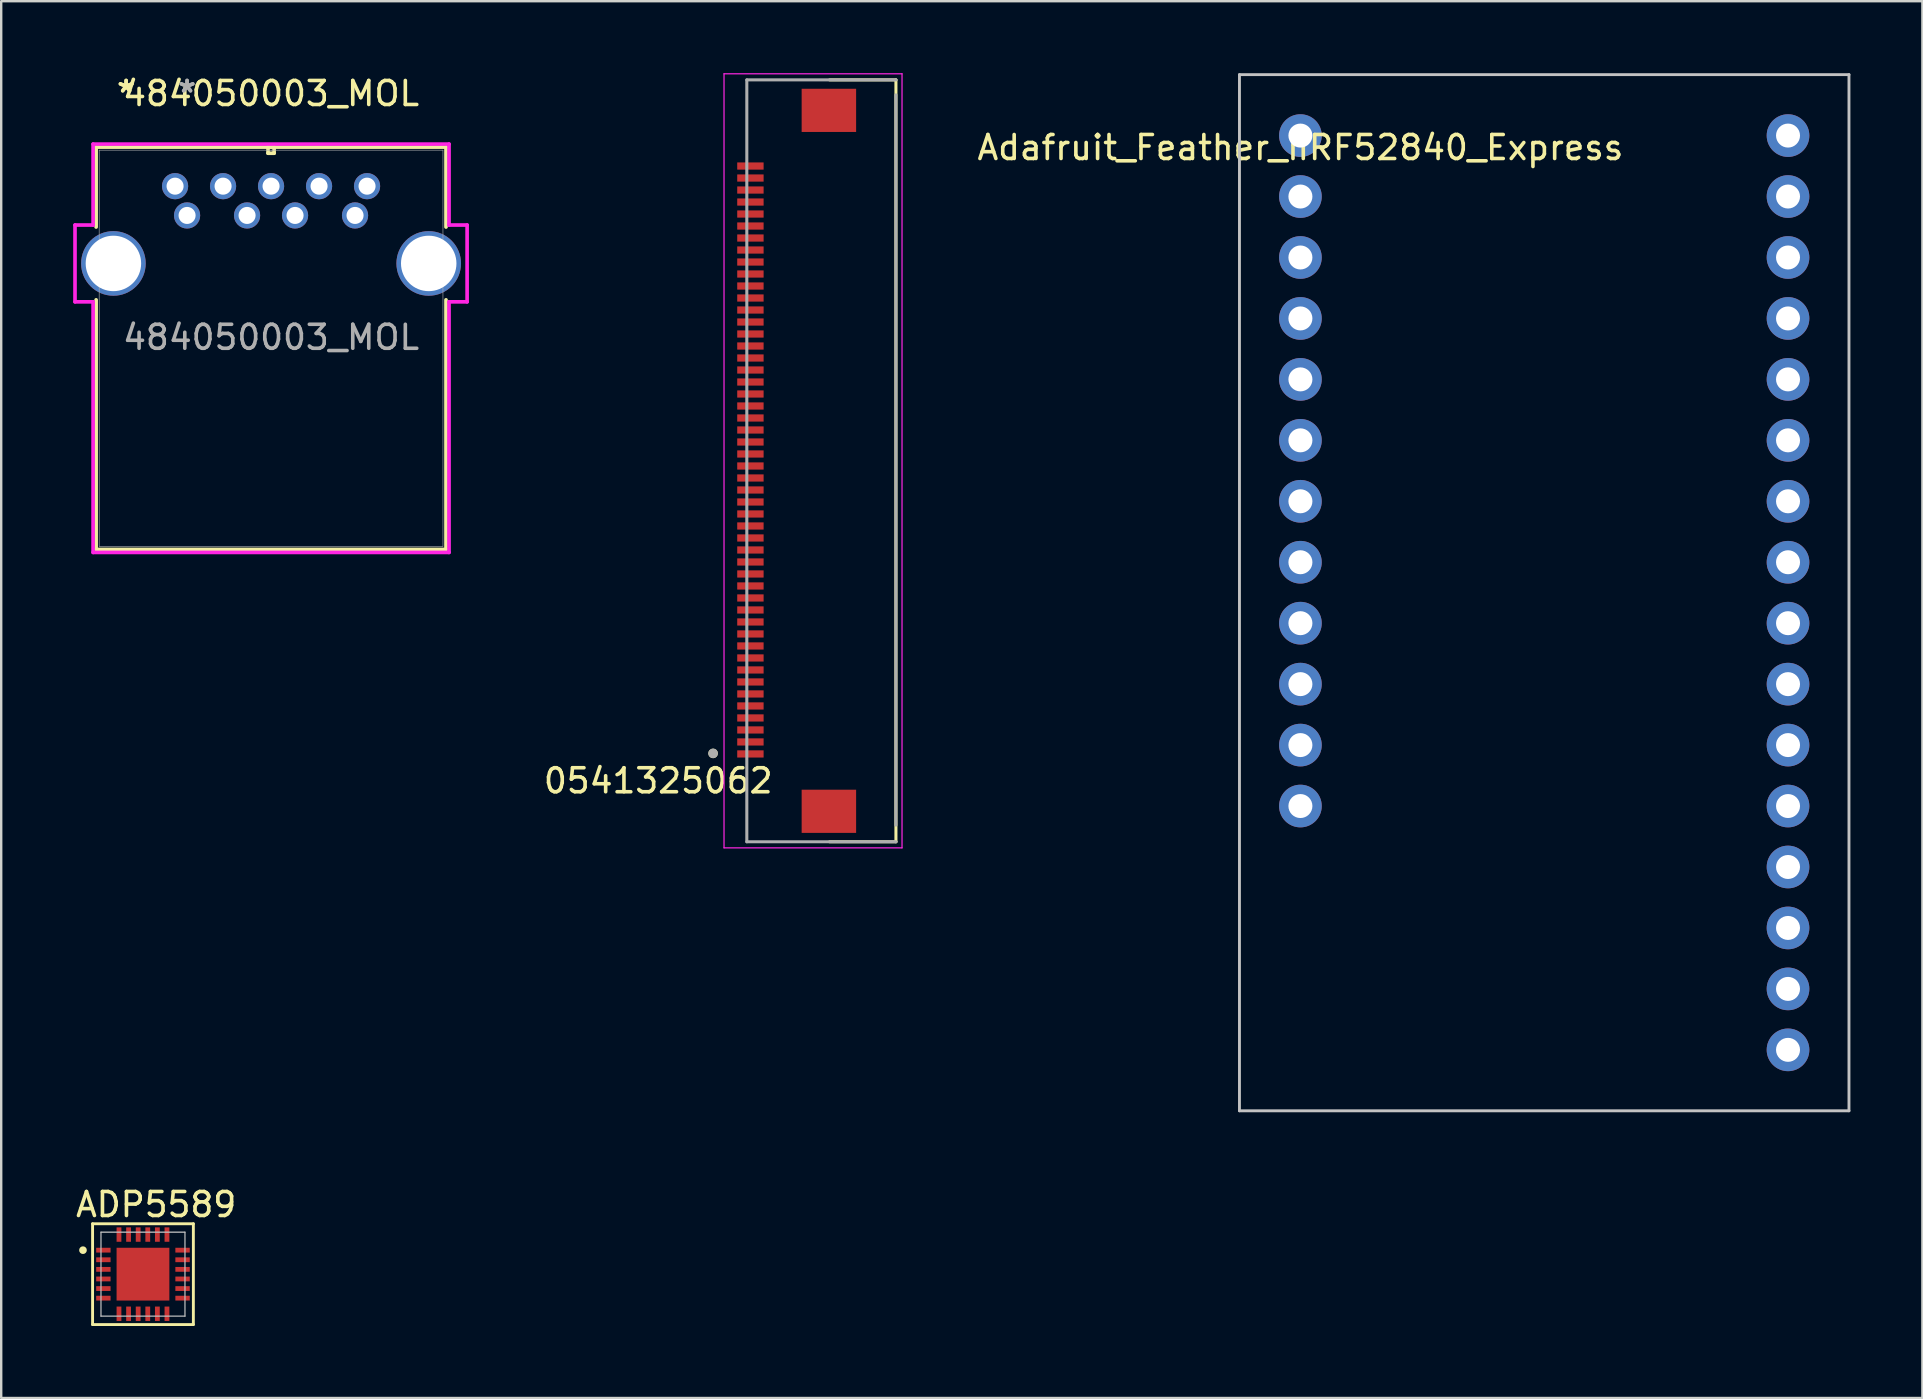
<source format=kicad_pcb>
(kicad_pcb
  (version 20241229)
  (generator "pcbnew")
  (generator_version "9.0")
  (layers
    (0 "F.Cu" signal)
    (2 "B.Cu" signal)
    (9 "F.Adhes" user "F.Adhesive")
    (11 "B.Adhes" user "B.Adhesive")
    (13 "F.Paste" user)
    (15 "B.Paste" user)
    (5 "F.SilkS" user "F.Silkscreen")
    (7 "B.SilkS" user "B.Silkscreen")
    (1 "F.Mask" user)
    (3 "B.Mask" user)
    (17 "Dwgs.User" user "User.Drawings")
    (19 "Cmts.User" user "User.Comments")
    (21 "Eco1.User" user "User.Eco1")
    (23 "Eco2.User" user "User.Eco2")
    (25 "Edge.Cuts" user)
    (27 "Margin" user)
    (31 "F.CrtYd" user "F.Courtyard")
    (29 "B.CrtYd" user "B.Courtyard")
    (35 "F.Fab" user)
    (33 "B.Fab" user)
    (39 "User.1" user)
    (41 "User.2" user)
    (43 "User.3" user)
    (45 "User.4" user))
  (footprint "ADP5589"
    (layer "F.Cu")
    (at 2.908 50.098)
    (property "Reference" "ADP5589" (at 0.55 -2.95 0) (layer "F.SilkS") (effects (font (size 1 1) (thickness 0.15))))
    (attr smd)
    (fp_line (start -2.1 -2.15) (end -2.1 2.05) (stroke (width 0.12) (type solid)) (layer "F.SilkS"))
    (fp_line (start -2.1 2.05) (end 2.1 2.05) (stroke (width 0.12) (type solid)) (layer "F.SilkS"))
    (fp_line (start 2.1 -2.15) (end -2.1 -2.15) (stroke (width 0.12) (type solid)) (layer "F.SilkS"))
    (fp_line (start 2.1 2.05) (end 2.1 -2.15) (stroke (width 0.12) (type solid)) (layer "F.SilkS"))
    (fp_circle (center -2.5 -1.05) (end -2.42 -1.05) (stroke (width 0.16) (type solid)) (fill no) (layer "F.SilkS"))
    (fp_line (start -1.75 -1.8) (end -1.75 1.7) (stroke (width 0.05) (type solid)) (layer "Dwgs.User"))
    (fp_line (start 1.75 -1.8) (end -1.75 -1.8) (stroke (width 0.05) (type solid)) (layer "Dwgs.User"))
    (fp_line (start 1.75 1.7) (end -1.75 1.7) (stroke (width 0.05) (type solid)) (layer "Dwgs.User"))
    (fp_line (start 1.75 1.7) (end 1.75 -1.8) (stroke (width 0.05) (type solid)) (layer "Dwgs.User"))
    (pad "1" smd rect (at -1.65 -1.05 90) (size 0.2 0.6) (layers "F.Cu" "F.Mask" "F.Paste"))
    (pad "2" smd rect (at -1.65 -0.65 90) (size 0.2 0.6) (layers "F.Cu" "F.Mask" "F.Paste"))
    (pad "3" smd rect (at -1.65 -0.25 90) (size 0.2 0.6) (layers "F.Cu" "F.Mask" "F.Paste"))
    (pad "4" smd rect (at -1.65 0.15 90) (size 0.2 0.6) (layers "F.Cu" "F.Mask" "F.Paste"))
    (pad "5" smd rect (at -1.65 0.55 90) (size 0.2 0.6) (layers "F.Cu" "F.Mask" "F.Paste"))
    (pad "6" smd rect (at -1.65 0.95 90) (size 0.2 0.6) (layers "F.Cu" "F.Mask" "F.Paste"))
    (pad "7" smd rect (at -1 1.6) (size 0.2 0.6) (layers "F.Cu" "F.Mask" "F.Paste"))
    (pad "8" smd rect (at -0.6 1.6) (size 0.2 0.6) (layers "F.Cu" "F.Mask" "F.Paste"))
    (pad "9" smd rect (at -0.2 1.6) (size 0.2 0.6) (layers "F.Cu" "F.Mask" "F.Paste"))
    (pad "10" smd rect (at 0.2 1.6) (size 0.2 0.6) (layers "F.Cu" "F.Mask" "F.Paste"))
    (pad "11" smd rect (at 0.6 1.6) (size 0.2 0.6) (layers "F.Cu" "F.Mask" "F.Paste"))
    (pad "12" smd rect (at 1 1.6) (size 0.2 0.6) (layers "F.Cu" "F.Mask" "F.Paste"))
    (pad "13" smd rect (at 1.65 0.95 90) (size 0.2 0.6) (layers "F.Cu" "F.Mask" "F.Paste"))
    (pad "14" smd rect (at 1.65 0.55 90) (size 0.2 0.6) (layers "F.Cu" "F.Mask" "F.Paste"))
    (pad "15" smd rect (at 1.65 0.15 90) (size 0.2 0.6) (layers "F.Cu" "F.Mask" "F.Paste"))
    (pad "16" smd rect (at 1.65 -0.25 90) (size 0.2 0.6) (layers "F.Cu" "F.Mask" "F.Paste"))
    (pad "17" smd rect (at 1.65 -0.65 90) (size 0.2 0.6) (layers "F.Cu" "F.Mask" "F.Paste"))
    (pad "18" smd rect (at 1.65 -1.05 90) (size 0.2 0.6) (layers "F.Cu" "F.Mask" "F.Paste"))
    (pad "19" smd rect (at 1 -1.7) (size 0.2 0.6) (layers "F.Cu" "F.Mask" "F.Paste"))
    (pad "20" smd rect (at 0.6 -1.7) (size 0.2 0.6) (layers "F.Cu" "F.Mask" "F.Paste"))
    (pad "21" smd rect (at 0.2 -1.7) (size 0.2 0.6) (layers "F.Cu" "F.Mask" "F.Paste"))
    (pad "22" smd rect (at -0.2 -1.7) (size 0.2 0.6) (layers "F.Cu" "F.Mask" "F.Paste"))
    (pad "23" smd rect (at -0.6 -1.7) (size 0.2 0.6) (layers "F.Cu" "F.Mask" "F.Paste"))
    (pad "24" smd rect (at -1 -1.7) (size 0.2 0.6) (layers "F.Cu" "F.Mask" "F.Paste"))
    (pad "EP" smd rect (at 0 -0.05) (size 2.2 2.2) (layers "F.Cu" "F.Mask" "F.Paste")))
  (footprint "Adafruit_Feather_nRF52840_Express"
    (layer "F.Cu")
    (at 51.142 2.6)
    (property "Reference" "Adafruit_Feather_nRF52840_Express" (at 0 0.5 0) (layer "F.SilkS") (effects (font (size 1 1) (thickness 0.15))))
    (attr through_hole)
    (fp_line (start -2.54 -2.54) (end -2.54 40.64) (stroke (width 0.12) (type solid)) (layer "Dwgs.User"))
    (fp_line (start -2.54 40.64) (end 22.86 40.64) (stroke (width 0.12) (type solid)) (layer "Dwgs.User"))
    (fp_line (start 22.86 -2.54) (end -2.54 -2.54) (stroke (width 0.12) (type solid)) (layer "Dwgs.User"))
    (fp_line (start 22.86 40.64) (end 22.86 -2.54) (stroke (width 0.12) (type solid)) (layer "Dwgs.User"))
    (pad "1" thru_hole circle (at 0 0) (size 1.778 1.778) (drill 1) (layers "*.Cu" "*.Mask"))
    (pad "2" thru_hole circle (at 0 2.54) (size 1.778 1.778) (drill 1) (layers "*.Cu" "*.Mask"))
    (pad "3" thru_hole circle (at 0 5.08) (size 1.778 1.778) (drill 1) (layers "*.Cu" "*.Mask"))
    (pad "4" thru_hole circle (at 0 7.62) (size 1.778 1.778) (drill 1) (layers "*.Cu" "*.Mask"))
    (pad "5" thru_hole circle (at 0 10.16) (size 1.778 1.778) (drill 1) (layers "*.Cu" "*.Mask"))
    (pad "6" thru_hole circle (at 0 12.7) (size 1.778 1.778) (drill 1) (layers "*.Cu" "*.Mask"))
    (pad "7" thru_hole circle (at 0 15.24) (size 1.778 1.778) (drill 1) (layers "*.Cu" "*.Mask"))
    (pad "8" thru_hole circle (at 0 17.78) (size 1.778 1.778) (drill 1) (layers "*.Cu" "*.Mask"))
    (pad "9" thru_hole circle (at 0 20.32) (size 1.778 1.778) (drill 1) (layers "*.Cu" "*.Mask"))
    (pad "10" thru_hole circle (at 0 22.86) (size 1.778 1.778) (drill 1) (layers "*.Cu" "*.Mask"))
    (pad "11" thru_hole circle (at 0 25.4) (size 1.778 1.778) (drill 1) (layers "*.Cu" "*.Mask"))
    (pad "12" thru_hole circle (at 0 27.94) (size 1.778 1.778) (drill 1) (layers "*.Cu" "*.Mask"))
    (pad "17" thru_hole circle (at 20.32 38.1) (size 1.778 1.778) (drill 1) (layers "*.Cu" "*.Mask"))
    (pad "18" thru_hole circle (at 20.32 35.56) (size 1.778 1.778) (drill 1) (layers "*.Cu" "*.Mask"))
    (pad "19" thru_hole circle (at 20.32 33.02) (size 1.778 1.778) (drill 1) (layers "*.Cu" "*.Mask"))
    (pad "20" thru_hole circle (at 20.32 30.48) (size 1.778 1.778) (drill 1) (layers "*.Cu" "*.Mask"))
    (pad "21" thru_hole circle (at 20.32 27.94) (size 1.778 1.778) (drill 1) (layers "*.Cu" "*.Mask"))
    (pad "22" thru_hole circle (at 20.32 25.4) (size 1.778 1.778) (drill 1) (layers "*.Cu" "*.Mask"))
    (pad "23" thru_hole circle (at 20.32 22.86) (size 1.778 1.778) (drill 1) (layers "*.Cu" "*.Mask"))
    (pad "24" thru_hole circle (at 20.32 20.32) (size 1.778 1.778) (drill 1) (layers "*.Cu" "*.Mask"))
    (pad "25" thru_hole circle (at 20.32 17.78) (size 1.778 1.778) (drill 1) (layers "*.Cu" "*.Mask"))
    (pad "26" thru_hole circle (at 20.32 15.24) (size 1.778 1.778) (drill 1) (layers "*.Cu" "*.Mask"))
    (pad "27" thru_hole circle (at 20.32 12.7) (size 1.778 1.778) (drill 1) (layers "*.Cu" "*.Mask"))
    (pad "28" thru_hole circle (at 20.32 10.16) (size 1.778 1.778) (drill 1) (layers "*.Cu" "*.Mask"))
    (pad "29" thru_hole circle (at 20.32 7.62) (size 1.778 1.778) (drill 1) (layers "*.Cu" "*.Mask"))
    (pad "30" thru_hole circle (at 20.32 5.08) (size 1.778 1.778) (drill 1) (layers "*.Cu" "*.Mask"))
    (pad "31" thru_hole circle (at 20.32 2.54) (size 1.778 1.778) (drill 1) (layers "*.Cu" "*.Mask"))
    (pad "32" thru_hole circle (at 20.32 0) (size 1.778 1.778) (drill 1) (layers "*.Cu" "*.Mask")))
  (footprint "484050003_MOL"
    (layer "F.Cu")
    (at 4.746 5.928)
    (property "Reference" "484050003_MOL" (at 3.5 -5.08 0) (unlocked yes) (layer "F.SilkS") (effects (font (size 1 1) (thickness 0.15))))
    (attr through_hole)
    (fp_line (start -3.79 -2.847) (end -3.79 0.483) (stroke (width 0.152) (type solid)) (layer "F.SilkS"))
    (fp_line (start -3.79 3.517) (end -3.79 13.917) (stroke (width 0.152) (type solid)) (layer "F.SilkS"))
    (fp_line (start -3.79 13.917) (end 10.79 13.917) (stroke (width 0.152) (type solid)) (layer "F.SilkS"))
    (fp_line (start 3.373 -2.847) (end 3.373 -2.593) (stroke (width 0.152) (type solid)) (layer "F.SilkS"))
    (fp_line (start 3.373 -2.593) (end 3.627 -2.593) (stroke (width 0.152) (type solid)) (layer "F.SilkS"))
    (fp_line (start 3.627 -2.847) (end 3.373 -2.847) (stroke (width 0.152) (type solid)) (layer "F.SilkS"))
    (fp_line (start 3.627 -2.593) (end 3.627 -2.847) (stroke (width 0.152) (type solid)) (layer "F.SilkS"))
    (fp_line (start 10.79 -2.847) (end -3.79 -2.847) (stroke (width 0.152) (type solid)) (layer "F.SilkS"))
    (fp_line (start 10.79 0.483) (end 10.79 -2.847) (stroke (width 0.152) (type solid)) (layer "F.SilkS"))
    (fp_line (start 10.79 13.917) (end 10.79 3.517) (stroke (width 0.152) (type solid)) (layer "F.SilkS"))
    (fp_line (start -4.67 0.4) (end -4.67 3.6) (stroke (width 0.152) (type solid)) (layer "F.CrtYd"))
    (fp_line (start -4.67 3.6) (end -3.917 3.6) (stroke (width 0.152) (type solid)) (layer "F.CrtYd"))
    (fp_line (start -3.917 -2.974) (end -3.917 0.4) (stroke (width 0.152) (type solid)) (layer "F.CrtYd"))
    (fp_line (start -3.917 0.4) (end -4.67 0.4) (stroke (width 0.152) (type solid)) (layer "F.CrtYd"))
    (fp_line (start -3.917 3.6) (end -3.917 14.044) (stroke (width 0.152) (type solid)) (layer "F.CrtYd"))
    (fp_line (start -3.917 14.044) (end 10.917 14.044) (stroke (width 0.152) (type solid)) (layer "F.CrtYd"))
    (fp_line (start 10.917 -2.974) (end -3.917 -2.974) (stroke (width 0.152) (type solid)) (layer "F.CrtYd"))
    (fp_line (start 10.917 0.4) (end 10.917 -2.974) (stroke (width 0.152) (type solid)) (layer "F.CrtYd"))
    (fp_line (start 10.917 3.6) (end 11.67 3.6) (stroke (width 0.152) (type solid)) (layer "F.CrtYd"))
    (fp_line (start 10.917 14.044) (end 10.917 3.6) (stroke (width 0.152) (type solid)) (layer "F.CrtYd"))
    (fp_line (start 11.67 0.4) (end 10.917 0.4) (stroke (width 0.152) (type solid)) (layer "F.CrtYd"))
    (fp_line (start 11.67 3.6) (end 11.67 0.4) (stroke (width 0.152) (type solid)) (layer "F.CrtYd"))
    (fp_line (start -3.663 -2.72) (end -3.663 13.79) (stroke (width 0.025) (type solid)) (layer "F.Fab"))
    (fp_line (start -3.663 13.79) (end 10.663 13.79) (stroke (width 0.025) (type solid)) (layer "F.Fab"))
    (fp_line (start 3.5 -2.72) (end 3.5 -2.72) (stroke (width 0.025) (type solid)) (layer "F.Fab"))
    (fp_line (start 3.5 -2.72) (end 3.5 -2.72) (stroke (width 0.025) (type solid)) (layer "F.Fab"))
    (fp_line (start 3.5 -2.72) (end 3.5 -2.72) (stroke (width 0.025) (type solid)) (layer "F.Fab"))
    (fp_line (start 3.5 -2.72) (end 3.5 -2.72) (stroke (width 0.025) (type solid)) (layer "F.Fab"))
    (fp_line (start 10.663 -2.72) (end -3.663 -2.72) (stroke (width 0.025) (type solid)) (layer "F.Fab"))
    (fp_line (start 10.663 13.79) (end 10.663 -2.72) (stroke (width 0.025) (type solid)) (layer "F.Fab"))
    (fp_text user "*" (at -2.54 -5.08 0) (layer "F.SilkS") (effects (font (size 1 1) (thickness 0.15))))
    (fp_text user "*" (at -2.54 -5.08 0) (unlocked yes) (layer "F.SilkS") (effects (font (size 1 1) (thickness 0.15))))
    (fp_text user "*" (at 0 -5.08 0) (unlocked yes) (layer "F.Fab") (effects (font (size 1 1) (thickness 0.15))))
    (fp_text user "*" (at 0 -5.08 0) (layer "F.Fab") (effects (font (size 1 1) (thickness 0.15))))
    (fp_text user "${REFERENCE}" (at 3.5 5.08 0) (unlocked yes) (layer "F.Fab") (effects (font (size 1 1) (thickness 0.15))))
    (pad "1" thru_hole circle (at 0 0) (size 1.092 1.092) (drill 0.711) (layers "*.Cu" "*.Mask"))
    (pad "2" thru_hole circle (at 2.5 0) (size 1.092 1.092) (drill 0.711) (layers "*.Cu" "*.Mask"))
    (pad "3" thru_hole circle (at 4.5 0) (size 1.092 1.092) (drill 0.711) (layers "*.Cu" "*.Mask"))
    (pad "4" thru_hole circle (at 7 0) (size 1.092 1.092) (drill 0.711) (layers "*.Cu" "*.Mask"))
    (pad "5" thru_hole circle (at 7.5 -1.22) (size 1.092 1.092) (drill 0.711) (layers "*.Cu" "*.Mask"))
    (pad "6" thru_hole circle (at 5.5 -1.22) (size 1.092 1.092) (drill 0.711) (layers "*.Cu" "*.Mask"))
    (pad "7" thru_hole circle (at 3.5 -1.22) (size 1.092 1.092) (drill 0.711) (layers "*.Cu" "*.Mask"))
    (pad "8" thru_hole circle (at 1.5 -1.22) (size 1.092 1.092) (drill 0.711) (layers "*.Cu" "*.Mask"))
    (pad "9" thru_hole circle (at -0.5 -1.22) (size 1.092 1.092) (drill 0.711) (layers "*.Cu" "*.Mask"))
    (pad "10" thru_hole circle (at -3.07 2) (size 2.692 2.692) (drill 2.311) (layers "*.Cu" "*.Mask"))
    (pad "11" thru_hole circle (at 10.07 2) (size 2.692 2.692) (drill 2.311) (layers "*.Cu" "*.Mask")))
  (footprint "0541325062"
    (layer "F.Cu")
    (at 30.222 15.519)
    (property "Reference" "0541325062" (at -5.842 13.97 180) (layer "F.SilkS") (effects (font (size 1 1) (thickness 0.15))))
    (attr smd)
    (fp_line (start 4.064 -15.24) (end 1.3 -15.24) (stroke (width 0.127) (type solid)) (layer "F.SilkS"))
    (fp_line (start 4.064 16.51) (end 1.3 16.51) (stroke (width 0.127) (type solid)) (layer "F.SilkS"))
    (fp_line (start 4.064 16.51) (end 4.064 -15.24) (stroke (width 0.127) (type solid)) (layer "F.SilkS"))
    (fp_circle (center -3.556 12.827) (end -3.556 12.727) (stroke (width 0.2) (type solid)) (fill no) (layer "F.SilkS"))
    (fp_line (start -3.1 -15.494) (end -3.1 16.764) (stroke (width 0.05) (type solid)) (layer "F.CrtYd"))
    (fp_line (start -3.1 16.764) (end 4.318 16.764) (stroke (width 0.05) (type solid)) (layer "F.CrtYd"))
    (fp_line (start 4.318 -15.494) (end -3.1 -15.494) (stroke (width 0.05) (type solid)) (layer "F.CrtYd"))
    (fp_line (start 4.318 16.764) (end 4.318 -15.494) (stroke (width 0.05) (type solid)) (layer "F.CrtYd"))
    (fp_line (start -2.15 16.51) (end -2.15 -15.24) (stroke (width 0.127) (type solid)) (layer "F.Fab"))
    (fp_line (start -2.15 16.51) (end 4.064 16.51) (stroke (width 0.127) (type solid)) (layer "F.Fab"))
    (fp_line (start 4.064 -15.24) (end -2.15 -15.24) (stroke (width 0.127) (type solid)) (layer "F.Fab"))
    (fp_line (start 4.064 15.815) (end 4.064 -14.615) (stroke (width 0.127) (type solid)) (layer "F.Fab"))
    (fp_circle (center -3.556 12.827) (end -3.556 12.727) (stroke (width 0.2) (type solid)) (fill no) (layer "F.Fab"))
    (pad "1" smd rect (at -2 12.85 270) (size 0.3 1.1) (layers "F.Cu" "F.Mask" "F.Paste"))
    (pad "2" smd rect (at -2 12.35 270) (size 0.3 1.1) (layers "F.Cu" "F.Mask" "F.Paste"))
    (pad "3" smd rect (at -2 11.85 270) (size 0.3 1.1) (layers "F.Cu" "F.Mask" "F.Paste"))
    (pad "4" smd rect (at -2 11.35 270) (size 0.3 1.1) (layers "F.Cu" "F.Mask" "F.Paste"))
    (pad "5" smd rect (at -2 10.85 270) (size 0.3 1.1) (layers "F.Cu" "F.Mask" "F.Paste"))
    (pad "6" smd rect (at -2 10.35 270) (size 0.3 1.1) (layers "F.Cu" "F.Mask" "F.Paste"))
    (pad "7" smd rect (at -2 9.85 270) (size 0.3 1.1) (layers "F.Cu" "F.Mask" "F.Paste"))
    (pad "8" smd rect (at -2 9.35 270) (size 0.3 1.1) (layers "F.Cu" "F.Mask" "F.Paste"))
    (pad "9" smd rect (at -2 8.85 270) (size 0.3 1.1) (layers "F.Cu" "F.Mask" "F.Paste"))
    (pad "10" smd rect (at -2 8.35 270) (size 0.3 1.1) (layers "F.Cu" "F.Mask" "F.Paste"))
    (pad "11" smd rect (at -2 7.85 270) (size 0.3 1.1) (layers "F.Cu" "F.Mask" "F.Paste"))
    (pad "12" smd rect (at -2 7.35 270) (size 0.3 1.1) (layers "F.Cu" "F.Mask" "F.Paste"))
    (pad "13" smd rect (at -2 6.85 270) (size 0.3 1.1) (layers "F.Cu" "F.Mask" "F.Paste"))
    (pad "14" smd rect (at -2 6.35 270) (size 0.3 1.1) (layers "F.Cu" "F.Mask" "F.Paste"))
    (pad "15" smd rect (at -2 5.85 270) (size 0.3 1.1) (layers "F.Cu" "F.Mask" "F.Paste"))
    (pad "16" smd rect (at -2 5.35 270) (size 0.3 1.1) (layers "F.Cu" "F.Mask" "F.Paste"))
    (pad "17" smd rect (at -2 4.85 270) (size 0.3 1.1) (layers "F.Cu" "F.Mask" "F.Paste"))
    (pad "18" smd rect (at -2 4.35 270) (size 0.3 1.1) (layers "F.Cu" "F.Mask" "F.Paste"))
    (pad "19" smd rect (at -2 3.85 270) (size 0.3 1.1) (layers "F.Cu" "F.Mask" "F.Paste"))
    (pad "20" smd rect (at -2 3.35 270) (size 0.3 1.1) (layers "F.Cu" "F.Mask" "F.Paste"))
    (pad "21" smd rect (at -2 2.85 270) (size 0.3 1.1) (layers "F.Cu" "F.Mask" "F.Paste"))
    (pad "22" smd rect (at -2 2.35 270) (size 0.3 1.1) (layers "F.Cu" "F.Mask" "F.Paste"))
    (pad "23" smd rect (at -2 1.85 270) (size 0.3 1.1) (layers "F.Cu" "F.Mask" "F.Paste"))
    (pad "24" smd rect (at -2 1.35 270) (size 0.3 1.1) (layers "F.Cu" "F.Mask" "F.Paste"))
    (pad "25" smd rect (at -2 0.85 270) (size 0.3 1.1) (layers "F.Cu" "F.Mask" "F.Paste"))
    (pad "26" smd rect (at -2 0.35 270) (size 0.3 1.1) (layers "F.Cu" "F.Mask" "F.Paste"))
    (pad "27" smd rect (at -2 -0.15 270) (size 0.3 1.1) (layers "F.Cu" "F.Mask" "F.Paste"))
    (pad "28" smd rect (at -2 -0.65 270) (size 0.3 1.1) (layers "F.Cu" "F.Mask" "F.Paste"))
    (pad "29" smd rect (at -2 -1.15 270) (size 0.3 1.1) (layers "F.Cu" "F.Mask" "F.Paste"))
    (pad "30" smd rect (at -2 -1.65 270) (size 0.3 1.1) (layers "F.Cu" "F.Mask" "F.Paste"))
    (pad "31" smd rect (at -2 -2.15 270) (size 0.3 1.1) (layers "F.Cu" "F.Mask" "F.Paste"))
    (pad "32" smd rect (at -2 -2.65 270) (size 0.3 1.1) (layers "F.Cu" "F.Mask" "F.Paste"))
    (pad "33" smd rect (at -2 -3.15 270) (size 0.3 1.1) (layers "F.Cu" "F.Mask" "F.Paste"))
    (pad "34" smd rect (at -2 -3.65 270) (size 0.3 1.1) (layers "F.Cu" "F.Mask" "F.Paste"))
    (pad "35" smd rect (at -2 -4.15 270) (size 0.3 1.1) (layers "F.Cu" "F.Mask" "F.Paste"))
    (pad "36" smd rect (at -2 -4.65 270) (size 0.3 1.1) (layers "F.Cu" "F.Mask" "F.Paste"))
    (pad "37" smd rect (at -2 -5.15 270) (size 0.3 1.1) (layers "F.Cu" "F.Mask" "F.Paste"))
    (pad "38" smd rect (at -2 -5.65 270) (size 0.3 1.1) (layers "F.Cu" "F.Mask" "F.Paste"))
    (pad "39" smd rect (at -2 -6.15 270) (size 0.3 1.1) (layers "F.Cu" "F.Mask" "F.Paste"))
    (pad "40" smd rect (at -2 -6.65 270) (size 0.3 1.1) (layers "F.Cu" "F.Mask" "F.Paste"))
    (pad "41" smd rect (at -2 -7.15 270) (size 0.3 1.1) (layers "F.Cu" "F.Mask" "F.Paste"))
    (pad "42" smd rect (at -2 -7.65 270) (size 0.3 1.1) (layers "F.Cu" "F.Mask" "F.Paste"))
    (pad "43" smd rect (at -2 -8.15 270) (size 0.3 1.1) (layers "F.Cu" "F.Mask" "F.Paste"))
    (pad "44" smd rect (at -2 -8.65 270) (size 0.3 1.1) (layers "F.Cu" "F.Mask" "F.Paste"))
    (pad "45" smd rect (at -2 -9.15 270) (size 0.3 1.1) (layers "F.Cu" "F.Mask" "F.Paste"))
    (pad "46" smd rect (at -2 -9.65 270) (size 0.3 1.1) (layers "F.Cu" "F.Mask" "F.Paste"))
    (pad "47" smd rect (at -2 -10.15 270) (size 0.3 1.1) (layers "F.Cu" "F.Mask" "F.Paste"))
    (pad "48" smd rect (at -2 -10.65 270) (size 0.3 1.1) (layers "F.Cu" "F.Mask" "F.Paste"))
    (pad "49" smd rect (at -2 -11.15 270) (size 0.3 1.1) (layers "F.Cu" "F.Mask" "F.Paste"))
    (pad "50" smd rect (at -2 -11.65 270) (size 0.3 1.1) (layers "F.Cu" "F.Mask" "F.Paste"))
    (pad "F1" smd rect (at 1.27 -13.97 180) (size 2.27 1.8) (layers "F.Cu" "F.Mask" "F.Paste"))
    (pad "F2" smd rect (at 1.27 15.24 180) (size 2.27 1.8) (layers "F.Cu" "F.Mask" "F.Paste")))
  (gr_rect
    (start -3 -3)
    (end 77.062 55.208)
    (stroke (width 0.1) (type default))
    (fill no)
    (layer "Edge.Cuts")))
</source>
